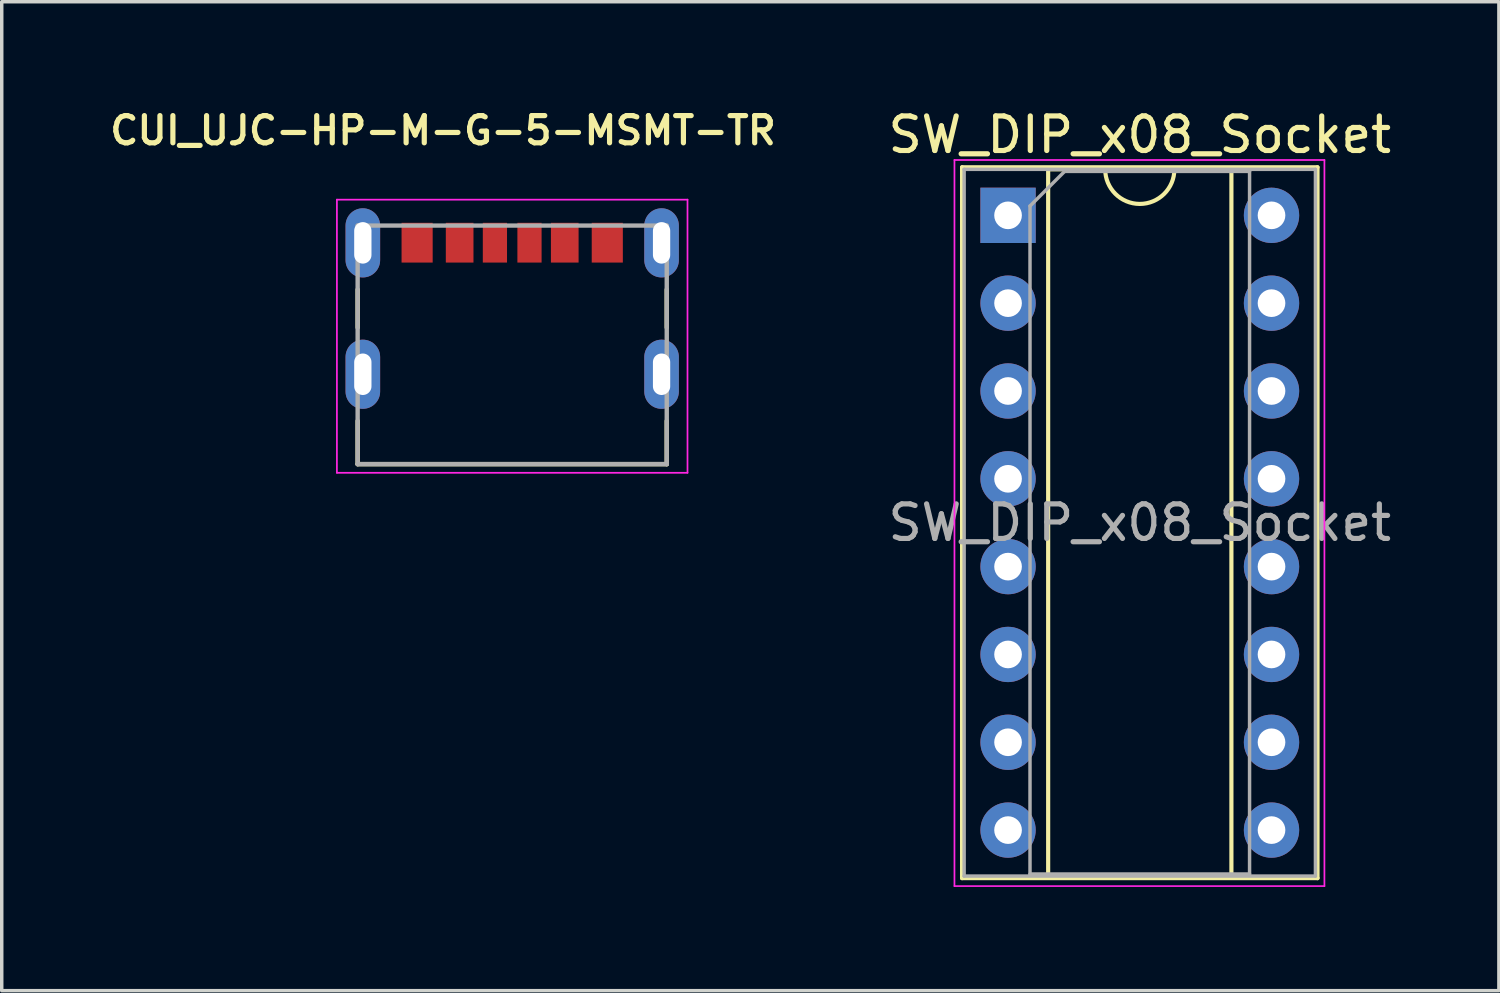
<source format=kicad_pcb>
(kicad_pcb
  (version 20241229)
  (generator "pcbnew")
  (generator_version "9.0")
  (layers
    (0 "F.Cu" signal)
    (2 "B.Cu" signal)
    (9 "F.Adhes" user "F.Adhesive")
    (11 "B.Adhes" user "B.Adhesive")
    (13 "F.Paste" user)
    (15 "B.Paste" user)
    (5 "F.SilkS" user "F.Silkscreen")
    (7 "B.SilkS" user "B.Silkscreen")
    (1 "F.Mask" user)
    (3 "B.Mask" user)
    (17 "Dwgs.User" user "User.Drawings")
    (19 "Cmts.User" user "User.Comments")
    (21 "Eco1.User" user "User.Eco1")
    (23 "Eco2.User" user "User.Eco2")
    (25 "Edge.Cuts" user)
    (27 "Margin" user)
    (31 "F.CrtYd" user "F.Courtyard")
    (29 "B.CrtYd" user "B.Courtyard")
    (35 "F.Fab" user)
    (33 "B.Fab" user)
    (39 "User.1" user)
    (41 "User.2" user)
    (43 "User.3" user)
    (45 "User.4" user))
  (footprint "SW_DIP_x08_Socket"
    (layer "F.Cu")
    (at 26.105 3.178)
    (property "Reference" "SW_DIP_x08_Socket" (at 3.81 -2.33 0) (layer "F.SilkS") (effects (font (size 1 1) (thickness 0.15))))
    (attr through_hole)
    (fp_line (start -1.33 -1.39) (end -1.33 19.17) (stroke (width 0.12) (type solid)) (layer "F.SilkS"))
    (fp_line (start -1.33 19.17) (end 8.95 19.17) (stroke (width 0.12) (type solid)) (layer "F.SilkS"))
    (fp_line (start 1.16 -1.33) (end 1.16 19.11) (stroke (width 0.12) (type solid)) (layer "F.SilkS"))
    (fp_line (start 1.16 19.11) (end 6.46 19.11) (stroke (width 0.12) (type solid)) (layer "F.SilkS"))
    (fp_line (start 2.81 -1.33) (end 1.16 -1.33) (stroke (width 0.12) (type solid)) (layer "F.SilkS"))
    (fp_line (start 6.46 -1.33) (end 4.81 -1.33) (stroke (width 0.12) (type solid)) (layer "F.SilkS"))
    (fp_line (start 6.46 19.11) (end 6.46 -1.33) (stroke (width 0.12) (type solid)) (layer "F.SilkS"))
    (fp_line (start 8.95 -1.39) (end -1.33 -1.39) (stroke (width 0.12) (type solid)) (layer "F.SilkS"))
    (fp_line (start 8.95 19.17) (end 8.95 -1.39) (stroke (width 0.12) (type solid)) (layer "F.SilkS"))
    (fp_arc (start 4.81 -1.33) (mid 3.81 -0.33) (end 2.81 -1.33) (stroke (width 0.12) (type solid)) (layer "F.SilkS"))
    (fp_line (start -1.55 -1.6) (end -1.55 19.4) (stroke (width 0.05) (type solid)) (layer "F.CrtYd"))
    (fp_line (start -1.55 19.4) (end 9.15 19.4) (stroke (width 0.05) (type solid)) (layer "F.CrtYd"))
    (fp_line (start 9.15 -1.6) (end -1.55 -1.6) (stroke (width 0.05) (type solid)) (layer "F.CrtYd"))
    (fp_line (start 9.15 19.4) (end 9.15 -1.6) (stroke (width 0.05) (type solid)) (layer "F.CrtYd"))
    (fp_line (start -1.27 -1.33) (end -1.27 19.11) (stroke (width 0.1) (type solid)) (layer "F.Fab"))
    (fp_line (start -1.27 19.11) (end 8.89 19.11) (stroke (width 0.1) (type solid)) (layer "F.Fab"))
    (fp_line (start 0.635 -0.27) (end 1.635 -1.27) (stroke (width 0.1) (type solid)) (layer "F.Fab"))
    (fp_line (start 0.635 19.05) (end 0.635 -0.27) (stroke (width 0.1) (type solid)) (layer "F.Fab"))
    (fp_line (start 1.635 -1.27) (end 6.985 -1.27) (stroke (width 0.1) (type solid)) (layer "F.Fab"))
    (fp_line (start 6.985 -1.27) (end 6.985 19.05) (stroke (width 0.1) (type solid)) (layer "F.Fab"))
    (fp_line (start 6.985 19.05) (end 0.635 19.05) (stroke (width 0.1) (type solid)) (layer "F.Fab"))
    (fp_line (start 8.89 -1.33) (end -1.27 -1.33) (stroke (width 0.1) (type solid)) (layer "F.Fab"))
    (fp_line (start 8.89 19.11) (end 8.89 -1.33) (stroke (width 0.1) (type solid)) (layer "F.Fab"))
    (fp_text user "${REFERENCE}" (at 3.81 8.89 0) (layer "F.Fab") (effects (font (size 1 1) (thickness 0.15))))
    (pad "1" thru_hole rect (at 0 0) (size 1.6 1.6) (drill 0.8) (layers "*.Cu" "*.Mask"))
    (pad "2" thru_hole oval (at 0 2.54) (size 1.6 1.6) (drill 0.8) (layers "*.Cu" "*.Mask"))
    (pad "3" thru_hole oval (at 0 5.08) (size 1.6 1.6) (drill 0.8) (layers "*.Cu" "*.Mask"))
    (pad "4" thru_hole oval (at 0 7.62) (size 1.6 1.6) (drill 0.8) (layers "*.Cu" "*.Mask"))
    (pad "5" thru_hole oval (at 0 10.16) (size 1.6 1.6) (drill 0.8) (layers "*.Cu" "*.Mask"))
    (pad "6" thru_hole oval (at 0 12.7) (size 1.6 1.6) (drill 0.8) (layers "*.Cu" "*.Mask"))
    (pad "7" thru_hole oval (at 0 15.24) (size 1.6 1.6) (drill 0.8) (layers "*.Cu" "*.Mask"))
    (pad "8" thru_hole oval (at 0 17.78) (size 1.6 1.6) (drill 0.8) (layers "*.Cu" "*.Mask"))
    (pad "9" thru_hole oval (at 7.62 17.78) (size 1.6 1.6) (drill 0.8) (layers "*.Cu" "*.Mask"))
    (pad "10" thru_hole oval (at 7.62 15.24) (size 1.6 1.6) (drill 0.8) (layers "*.Cu" "*.Mask"))
    (pad "11" thru_hole oval (at 7.62 12.7) (size 1.6 1.6) (drill 0.8) (layers "*.Cu" "*.Mask"))
    (pad "12" thru_hole oval (at 7.62 10.16) (size 1.6 1.6) (drill 0.8) (layers "*.Cu" "*.Mask"))
    (pad "13" thru_hole oval (at 7.62 7.62) (size 1.6 1.6) (drill 0.8) (layers "*.Cu" "*.Mask"))
    (pad "14" thru_hole oval (at 7.62 5.08) (size 1.6 1.6) (drill 0.8) (layers "*.Cu" "*.Mask"))
    (pad "15" thru_hole oval (at 7.62 2.54) (size 1.6 1.6) (drill 0.8) (layers "*.Cu" "*.Mask"))
    (pad "16" thru_hole oval (at 7.62 0) (size 1.6 1.6) (drill 0.8) (layers "*.Cu" "*.Mask")))
  (footprint "CUI_UJC-HP-M-G-5-MSMT-TR"
    (layer "F.Cu")
    (at 11.764 3.974)
    (property "Reference" "CUI_UJC-HP-M-G-5-MSMT-TR" (at -2 -3.25 0) (layer "F.SilkS") (effects (font (size 0.787 0.787) (thickness 0.15))))
    (attr smd)
    (fp_line (start -4.47 2.45) (end -4.47 1.35) (stroke (width 0.127) (type solid)) (layer "F.SilkS"))
    (fp_line (start -4.47 6.4) (end -4.47 5.15) (stroke (width 0.127) (type solid)) (layer "F.SilkS"))
    (fp_line (start -4.47 6.4) (end 4.47 6.4) (stroke (width 0.127) (type solid)) (layer "F.SilkS"))
    (fp_line (start 4.47 2.45) (end 4.47 1.35) (stroke (width 0.127) (type solid)) (layer "F.SilkS"))
    (fp_line (start 4.47 6.4) (end 4.47 5.15) (stroke (width 0.127) (type solid)) (layer "F.SilkS"))
    (fp_line (start -5.07 -1.25) (end -5.07 6.65) (stroke (width 0.05) (type solid)) (layer "F.CrtYd"))
    (fp_line (start -5.07 6.65) (end 5.07 6.65) (stroke (width 0.05) (type solid)) (layer "F.CrtYd"))
    (fp_line (start 5.07 -1.25) (end -5.07 -1.25) (stroke (width 0.05) (type solid)) (layer "F.CrtYd"))
    (fp_line (start 5.07 6.65) (end 5.07 -1.25) (stroke (width 0.05) (type solid)) (layer "F.CrtYd"))
    (fp_line (start -4.47 -0.5) (end -4.47 6.4) (stroke (width 0.127) (type solid)) (layer "F.Fab"))
    (fp_line (start -4.47 6.4) (end 4.47 6.4) (stroke (width 0.127) (type solid)) (layer "F.Fab"))
    (fp_line (start 4.47 -0.5) (end -4.47 -0.5) (stroke (width 0.127) (type solid)) (layer "F.Fab"))
    (fp_line (start 4.47 6.4) (end 4.47 -0.5) (stroke (width 0.127) (type solid)) (layer "F.Fab"))
    (pad "A5" smd rect (at -0.5 -0.005 90) (size 1.15 0.7) (layers "F.Cu" "F.Mask" "F.Paste"))
    (pad "A9" smd rect (at 1.52 -0.005 90) (size 1.15 0.8) (layers "F.Cu" "F.Mask" "F.Paste"))
    (pad "A12" smd rect (at 2.75 -0.005 90) (size 1.15 0.9) (layers "F.Cu" "F.Mask" "F.Paste"))
    (pad "B5" smd rect (at 0.5 -0.005 90) (size 1.15 0.7) (layers "F.Cu" "F.Mask" "F.Paste"))
    (pad "B9" smd rect (at -1.52 -0.005 90) (size 1.15 0.8) (layers "F.Cu" "F.Mask" "F.Paste"))
    (pad "B12" smd rect (at -2.75 -0.005 90) (size 1.15 0.9) (layers "F.Cu" "F.Mask" "F.Paste"))
    (pad "S1" thru_hole oval (at -4.32 0) (size 1 2) (drill oval 0.5 1.2) (layers "*.Cu" "*.Mask"))
    (pad "S2" thru_hole oval (at 4.32 0) (size 1 2) (drill oval 0.5 1.2) (layers "*.Cu" "*.Mask"))
    (pad "S3" thru_hole oval (at -4.32 3.8) (size 1 2) (drill oval 0.5 1.2) (layers "*.Cu" "*.Mask"))
    (pad "S4" thru_hole oval (at 4.32 3.8) (size 1 2) (drill oval 0.5 1.2) (layers "*.Cu" "*.Mask")))
  (gr_rect
    (start -3 -3)
    (end 40.301 25.603)
    (stroke (width 0.1) (type default))
    (fill no)
    (layer "Edge.Cuts")))
</source>
